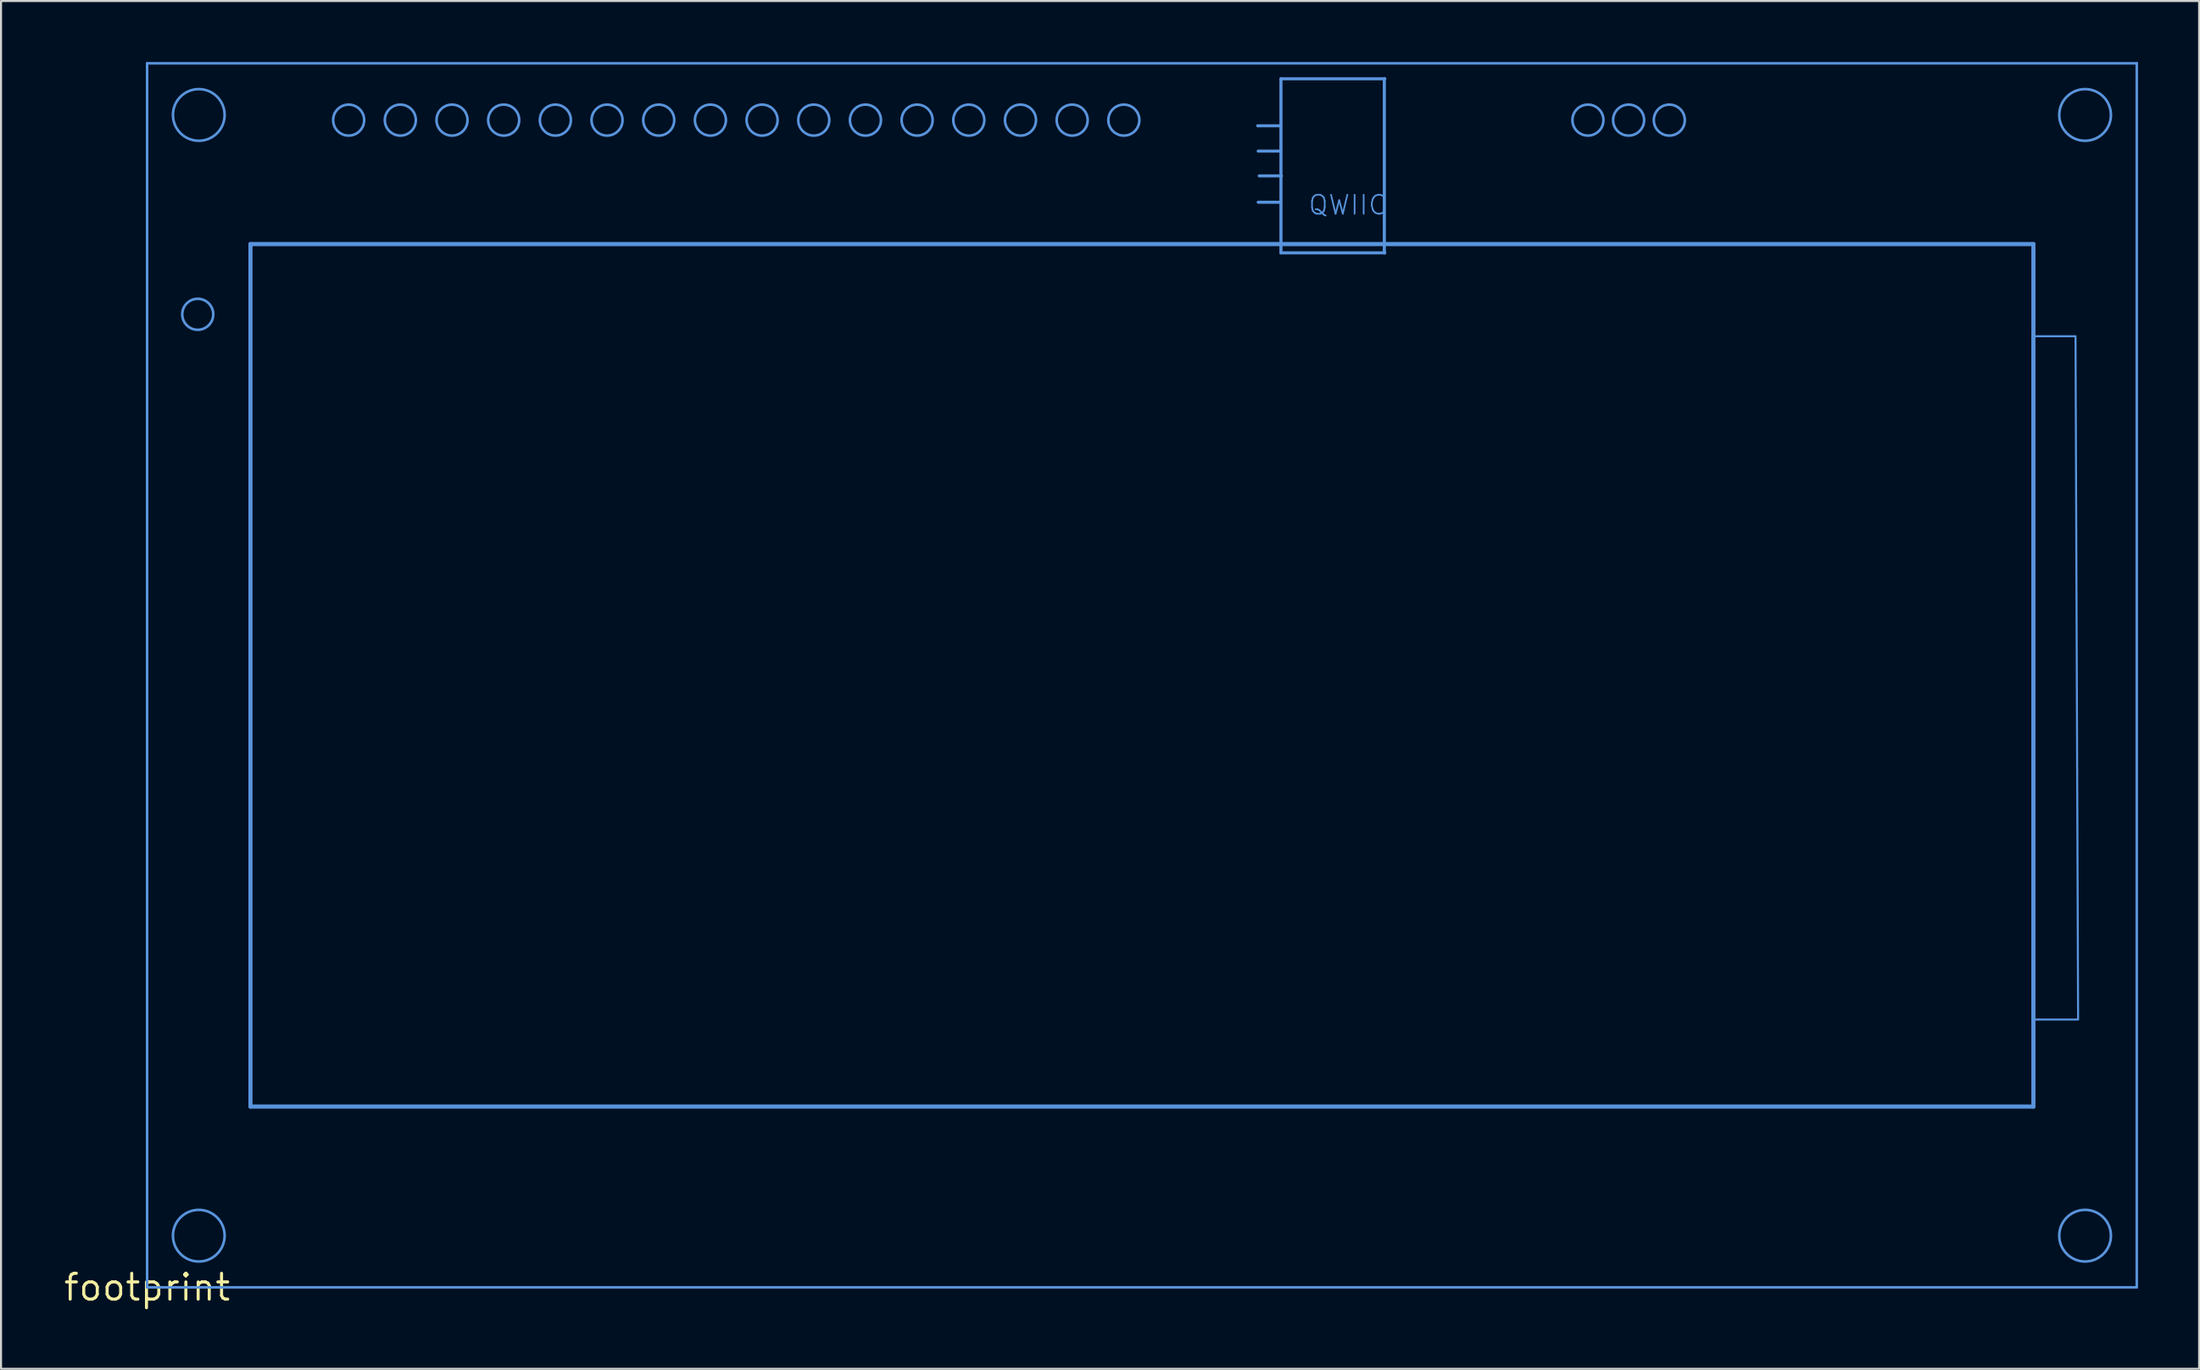
<source format=kicad_pcb>
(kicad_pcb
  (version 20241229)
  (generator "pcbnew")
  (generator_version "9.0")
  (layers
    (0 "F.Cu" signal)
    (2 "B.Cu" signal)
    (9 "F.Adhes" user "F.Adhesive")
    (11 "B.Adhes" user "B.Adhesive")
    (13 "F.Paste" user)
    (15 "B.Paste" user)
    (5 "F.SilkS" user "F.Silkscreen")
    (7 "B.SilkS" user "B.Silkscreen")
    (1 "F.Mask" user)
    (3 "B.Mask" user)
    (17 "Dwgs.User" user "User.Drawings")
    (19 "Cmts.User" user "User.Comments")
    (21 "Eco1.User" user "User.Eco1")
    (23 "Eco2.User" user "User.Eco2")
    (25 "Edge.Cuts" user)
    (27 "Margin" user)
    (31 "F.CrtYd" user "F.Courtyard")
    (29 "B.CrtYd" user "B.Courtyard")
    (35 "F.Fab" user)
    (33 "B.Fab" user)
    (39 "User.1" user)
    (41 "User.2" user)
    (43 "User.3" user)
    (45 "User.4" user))
  (footprint "footprint"
    (layer "F.Cu")
    (at 4.18 60.261)
    (property "Reference" "footprint" (at 0 0 0) (layer "F.SilkS") (effects (font (size 1.27 1.27) (thickness 0.15))))
    (fp_line (start 0 -60.198) (end 0 0) (stroke (width 0.127) (type solid)) (layer "Cmts.User"))
    (fp_line (start 0 0) (end 97.79 0) (stroke (width 0.127) (type solid)) (layer "Cmts.User"))
    (fp_line (start 5.08 -51.308) (end 5.08 -8.89) (stroke (width 0.203) (type solid)) (layer "Cmts.User"))
    (fp_line (start 5.08 -8.89) (end 92.71 -8.89) (stroke (width 0.203) (type solid)) (layer "Cmts.User"))
    (fp_line (start 55.677 -57.125) (end 54.585 -57.125) (stroke (width 0.152) (type solid)) (layer "Cmts.User"))
    (fp_line (start 55.702 -55.88) (end 54.61 -55.88) (stroke (width 0.152) (type solid)) (layer "Cmts.User"))
    (fp_line (start 55.702 -53.365) (end 54.61 -53.365) (stroke (width 0.152) (type solid)) (layer "Cmts.User"))
    (fp_line (start 55.728 -59.436) (end 60.808 -59.436) (stroke (width 0.152) (type solid)) (layer "Cmts.User"))
    (fp_line (start 55.728 -50.876) (end 55.728 -59.436) (stroke (width 0.152) (type solid)) (layer "Cmts.User"))
    (fp_line (start 55.753 -54.661) (end 54.661 -54.661) (stroke (width 0.152) (type solid)) (layer "Cmts.User"))
    (fp_line (start 60.808 -59.436) (end 60.833 -59.436) (stroke (width 0.152) (type solid)) (layer "Cmts.User"))
    (fp_line (start 60.808 -50.876) (end 55.728 -50.876) (stroke (width 0.152) (type solid)) (layer "Cmts.User"))
    (fp_line (start 60.808 -50.876) (end 60.808 -59.436) (stroke (width 0.152) (type solid)) (layer "Cmts.User"))
    (fp_line (start 60.833 -50.876) (end 60.808 -50.876) (stroke (width 0.152) (type solid)) (layer "Cmts.User"))
    (fp_line (start 92.71 -51.308) (end 5.08 -51.308) (stroke (width 0.203) (type solid)) (layer "Cmts.User"))
    (fp_line (start 92.71 -8.89) (end 92.71 -51.308) (stroke (width 0.203) (type solid)) (layer "Cmts.User"))
    (fp_line (start 97.79 -60.198) (end 0 -60.198) (stroke (width 0.127) (type solid)) (layer "Cmts.User"))
    (fp_line (start 97.79 0) (end 97.79 -60.198) (stroke (width 0.127) (type solid)) (layer "Cmts.User"))
    (fp_circle (center 2.489 -47.854) (end 3.251 -47.854) (stroke (width 0.127) (type solid)) (fill no) (layer "Cmts.User"))
    (fp_circle (center 2.54 -57.658) (end 3.81 -57.658) (stroke (width 0.127) (type solid)) (fill no) (layer "Cmts.User"))
    (fp_circle (center 2.54 -2.54) (end 3.81 -2.54) (stroke (width 0.127) (type solid)) (fill no) (layer "Cmts.User"))
    (fp_circle (center 9.906 -57.404) (end 10.668 -57.404) (stroke (width 0.127) (type solid)) (fill no) (layer "Cmts.User"))
    (fp_circle (center 12.446 -57.404) (end 13.208 -57.404) (stroke (width 0.127) (type solid)) (fill no) (layer "Cmts.User"))
    (fp_circle (center 14.986 -57.404) (end 15.748 -57.404) (stroke (width 0.127) (type solid)) (fill no) (layer "Cmts.User"))
    (fp_circle (center 17.526 -57.404) (end 18.288 -57.404) (stroke (width 0.127) (type solid)) (fill no) (layer "Cmts.User"))
    (fp_circle (center 20.066 -57.404) (end 20.828 -57.404) (stroke (width 0.127) (type solid)) (fill no) (layer "Cmts.User"))
    (fp_circle (center 22.606 -57.404) (end 23.368 -57.404) (stroke (width 0.127) (type solid)) (fill no) (layer "Cmts.User"))
    (fp_circle (center 25.146 -57.404) (end 25.908 -57.404) (stroke (width 0.127) (type solid)) (fill no) (layer "Cmts.User"))
    (fp_circle (center 27.686 -57.404) (end 28.448 -57.404) (stroke (width 0.127) (type solid)) (fill no) (layer "Cmts.User"))
    (fp_circle (center 30.226 -57.404) (end 30.988 -57.404) (stroke (width 0.127) (type solid)) (fill no) (layer "Cmts.User"))
    (fp_circle (center 32.766 -57.404) (end 33.528 -57.404) (stroke (width 0.127) (type solid)) (fill no) (layer "Cmts.User"))
    (fp_circle (center 35.306 -57.404) (end 36.068 -57.404) (stroke (width 0.127) (type solid)) (fill no) (layer "Cmts.User"))
    (fp_circle (center 37.846 -57.404) (end 38.608 -57.404) (stroke (width 0.127) (type solid)) (fill no) (layer "Cmts.User"))
    (fp_circle (center 40.386 -57.404) (end 41.148 -57.404) (stroke (width 0.127) (type solid)) (fill no) (layer "Cmts.User"))
    (fp_circle (center 42.926 -57.404) (end 43.688 -57.404) (stroke (width 0.127) (type solid)) (fill no) (layer "Cmts.User"))
    (fp_circle (center 45.466 -57.404) (end 46.228 -57.404) (stroke (width 0.127) (type solid)) (fill no) (layer "Cmts.User"))
    (fp_circle (center 48.006 -57.404) (end 48.768 -57.404) (stroke (width 0.127) (type solid)) (fill no) (layer "Cmts.User"))
    (fp_circle (center 70.815 -57.404) (end 71.577 -57.404) (stroke (width 0.127) (type solid)) (fill no) (layer "Cmts.User"))
    (fp_circle (center 72.815 -57.404) (end 73.577 -57.404) (stroke (width 0.127) (type solid)) (fill no) (layer "Cmts.User"))
    (fp_circle (center 74.815 -57.404) (end 75.577 -57.404) (stroke (width 0.127) (type solid)) (fill no) (layer "Cmts.User"))
    (fp_circle (center 95.25 -57.658) (end 96.52 -57.658) (stroke (width 0.127) (type solid)) (fill no) (layer "Cmts.User"))
    (fp_circle (center 95.25 -2.54) (end 96.52 -2.54) (stroke (width 0.127) (type solid)) (fill no) (layer "Cmts.User"))
    (fp_poly (pts (xy 94.907 -13.17) (xy 92.672 -13.17) (xy 92.672 -46.774) (xy 94.78 -46.774)) (stroke (width 0.1) (type solid)) (fill no) (layer "Cmts.User"))
    (fp_text user "QWIIC" (at 57.023 -52.68 0) (layer "Cmts.User") (effects (font (size 0.935 0.935) (thickness 0.081)) (justify left bottom))))
  (gr_rect
    (start -3 -3)
    (end 105.034 64.268)
    (stroke (width 0.1) (type default))
    (fill no)
    (layer "Edge.Cuts")))
</source>
